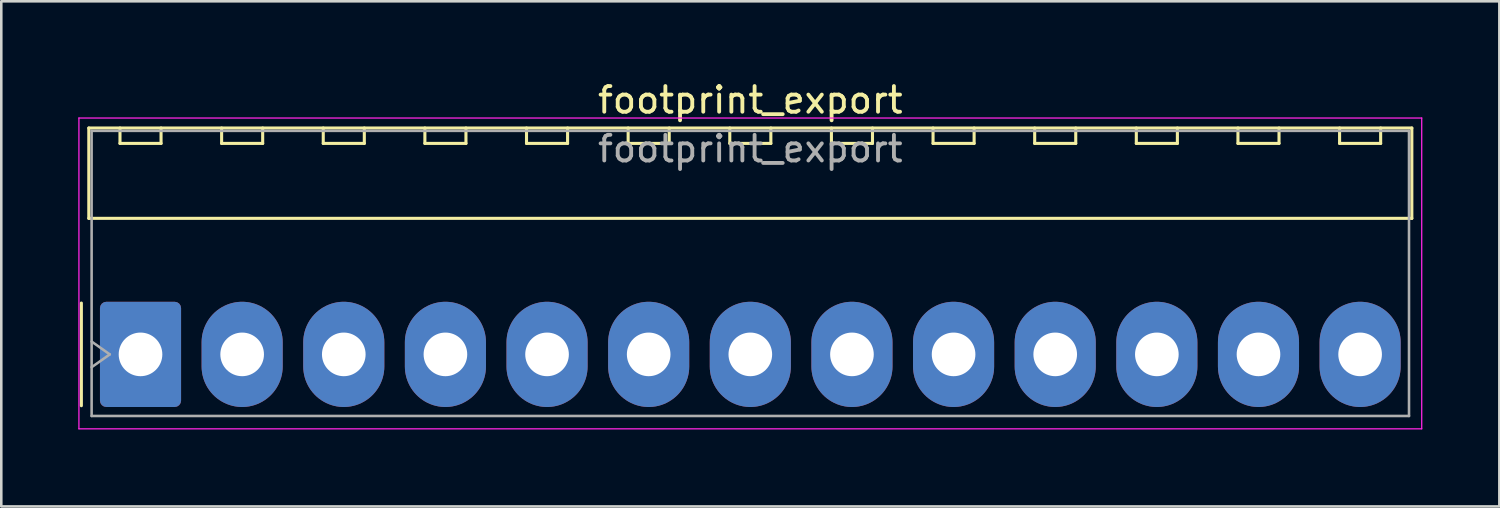
<source format=kicad_pcb>
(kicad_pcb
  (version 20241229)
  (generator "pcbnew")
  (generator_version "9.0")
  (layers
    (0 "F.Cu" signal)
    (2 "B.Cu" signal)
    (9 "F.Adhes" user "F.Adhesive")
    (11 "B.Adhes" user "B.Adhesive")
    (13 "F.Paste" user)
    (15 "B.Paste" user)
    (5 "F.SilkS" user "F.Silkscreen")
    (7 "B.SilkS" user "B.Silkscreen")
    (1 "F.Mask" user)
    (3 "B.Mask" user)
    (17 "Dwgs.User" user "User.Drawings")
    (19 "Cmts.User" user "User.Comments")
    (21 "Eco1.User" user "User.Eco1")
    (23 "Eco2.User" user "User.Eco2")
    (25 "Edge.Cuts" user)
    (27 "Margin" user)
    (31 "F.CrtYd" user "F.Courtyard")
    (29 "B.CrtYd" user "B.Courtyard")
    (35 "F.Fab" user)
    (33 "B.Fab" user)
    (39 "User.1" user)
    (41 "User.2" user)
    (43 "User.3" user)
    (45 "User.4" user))
  (footprint "footprint_export"
    (layer "F.Cu")
    (at 2.425 10.758)
    (property "Reference" "footprint_export" (at 23.76 -9.91 0) (layer "F.SilkS") (effects (font (size 1 1) (thickness 0.15))))
    (attr through_hole)
    (fp_line (start -2.305 -2) (end -2.305 2) (stroke (width 0.12) (type solid)) (layer "F.SilkS"))
    (fp_line (start -2.015 -8.82) (end 49.535 -8.82) (stroke (width 0.12) (type solid)) (layer "F.SilkS"))
    (fp_line (start -2.015 -5.3) (end -2.015 -8.82) (stroke (width 0.12) (type solid)) (layer "F.SilkS"))
    (fp_line (start -0.8 -8.82) (end -0.8 -8.22) (stroke (width 0.12) (type solid)) (layer "F.SilkS"))
    (fp_line (start -0.8 -8.22) (end 0.8 -8.22) (stroke (width 0.12) (type solid)) (layer "F.SilkS"))
    (fp_line (start 0.8 -8.22) (end 0.8 -8.82) (stroke (width 0.12) (type solid)) (layer "F.SilkS"))
    (fp_line (start 3.16 -8.82) (end 3.16 -8.22) (stroke (width 0.12) (type solid)) (layer "F.SilkS"))
    (fp_line (start 3.16 -8.22) (end 4.76 -8.22) (stroke (width 0.12) (type solid)) (layer "F.SilkS"))
    (fp_line (start 4.76 -8.22) (end 4.76 -8.82) (stroke (width 0.12) (type solid)) (layer "F.SilkS"))
    (fp_line (start 7.12 -8.82) (end 7.12 -8.22) (stroke (width 0.12) (type solid)) (layer "F.SilkS"))
    (fp_line (start 7.12 -8.22) (end 8.72 -8.22) (stroke (width 0.12) (type solid)) (layer "F.SilkS"))
    (fp_line (start 8.72 -8.22) (end 8.72 -8.82) (stroke (width 0.12) (type solid)) (layer "F.SilkS"))
    (fp_line (start 11.08 -8.82) (end 11.08 -8.22) (stroke (width 0.12) (type solid)) (layer "F.SilkS"))
    (fp_line (start 11.08 -8.22) (end 12.68 -8.22) (stroke (width 0.12) (type solid)) (layer "F.SilkS"))
    (fp_line (start 12.68 -8.22) (end 12.68 -8.82) (stroke (width 0.12) (type solid)) (layer "F.SilkS"))
    (fp_line (start 15.04 -8.82) (end 15.04 -8.22) (stroke (width 0.12) (type solid)) (layer "F.SilkS"))
    (fp_line (start 15.04 -8.22) (end 16.64 -8.22) (stroke (width 0.12) (type solid)) (layer "F.SilkS"))
    (fp_line (start 16.64 -8.22) (end 16.64 -8.82) (stroke (width 0.12) (type solid)) (layer "F.SilkS"))
    (fp_line (start 19 -8.82) (end 19 -8.22) (stroke (width 0.12) (type solid)) (layer "F.SilkS"))
    (fp_line (start 19 -8.22) (end 20.6 -8.22) (stroke (width 0.12) (type solid)) (layer "F.SilkS"))
    (fp_line (start 20.6 -8.22) (end 20.6 -8.82) (stroke (width 0.12) (type solid)) (layer "F.SilkS"))
    (fp_line (start 22.96 -8.82) (end 22.96 -8.22) (stroke (width 0.12) (type solid)) (layer "F.SilkS"))
    (fp_line (start 22.96 -8.22) (end 24.56 -8.22) (stroke (width 0.12) (type solid)) (layer "F.SilkS"))
    (fp_line (start 24.56 -8.22) (end 24.56 -8.82) (stroke (width 0.12) (type solid)) (layer "F.SilkS"))
    (fp_line (start 26.92 -8.82) (end 26.92 -8.22) (stroke (width 0.12) (type solid)) (layer "F.SilkS"))
    (fp_line (start 26.92 -8.22) (end 28.52 -8.22) (stroke (width 0.12) (type solid)) (layer "F.SilkS"))
    (fp_line (start 28.52 -8.22) (end 28.52 -8.82) (stroke (width 0.12) (type solid)) (layer "F.SilkS"))
    (fp_line (start 30.88 -8.82) (end 30.88 -8.22) (stroke (width 0.12) (type solid)) (layer "F.SilkS"))
    (fp_line (start 30.88 -8.22) (end 32.48 -8.22) (stroke (width 0.12) (type solid)) (layer "F.SilkS"))
    (fp_line (start 32.48 -8.22) (end 32.48 -8.82) (stroke (width 0.12) (type solid)) (layer "F.SilkS"))
    (fp_line (start 34.84 -8.82) (end 34.84 -8.22) (stroke (width 0.12) (type solid)) (layer "F.SilkS"))
    (fp_line (start 34.84 -8.22) (end 36.44 -8.22) (stroke (width 0.12) (type solid)) (layer "F.SilkS"))
    (fp_line (start 36.44 -8.22) (end 36.44 -8.82) (stroke (width 0.12) (type solid)) (layer "F.SilkS"))
    (fp_line (start 38.8 -8.82) (end 38.8 -8.22) (stroke (width 0.12) (type solid)) (layer "F.SilkS"))
    (fp_line (start 38.8 -8.22) (end 40.4 -8.22) (stroke (width 0.12) (type solid)) (layer "F.SilkS"))
    (fp_line (start 40.4 -8.22) (end 40.4 -8.82) (stroke (width 0.12) (type solid)) (layer "F.SilkS"))
    (fp_line (start 42.76 -8.82) (end 42.76 -8.22) (stroke (width 0.12) (type solid)) (layer "F.SilkS"))
    (fp_line (start 42.76 -8.22) (end 44.36 -8.22) (stroke (width 0.12) (type solid)) (layer "F.SilkS"))
    (fp_line (start 44.36 -8.22) (end 44.36 -8.82) (stroke (width 0.12) (type solid)) (layer "F.SilkS"))
    (fp_line (start 46.72 -8.82) (end 46.72 -8.22) (stroke (width 0.12) (type solid)) (layer "F.SilkS"))
    (fp_line (start 46.72 -8.22) (end 48.32 -8.22) (stroke (width 0.12) (type solid)) (layer "F.SilkS"))
    (fp_line (start 48.32 -8.22) (end 48.32 -8.82) (stroke (width 0.12) (type solid)) (layer "F.SilkS"))
    (fp_line (start 49.535 -8.82) (end 49.535 -5.3) (stroke (width 0.12) (type solid)) (layer "F.SilkS"))
    (fp_line (start 49.535 -5.3) (end -2.015 -5.3) (stroke (width 0.12) (type solid)) (layer "F.SilkS"))
    (fp_line (start -2.4 -9.21) (end -2.4 2.9) (stroke (width 0.05) (type solid)) (layer "F.CrtYd"))
    (fp_line (start -2.4 2.9) (end 49.92 2.9) (stroke (width 0.05) (type solid)) (layer "F.CrtYd"))
    (fp_line (start 49.92 -9.21) (end -2.4 -9.21) (stroke (width 0.05) (type solid)) (layer "F.CrtYd"))
    (fp_line (start 49.92 2.9) (end 49.92 -9.21) (stroke (width 0.05) (type solid)) (layer "F.CrtYd"))
    (fp_line (start -1.905 -8.71) (end 49.425 -8.71) (stroke (width 0.1) (type solid)) (layer "F.Fab"))
    (fp_line (start -1.905 -0.5) (end -1.198 0) (stroke (width 0.1) (type solid)) (layer "F.Fab"))
    (fp_line (start -1.905 2.4) (end -1.905 -8.71) (stroke (width 0.1) (type solid)) (layer "F.Fab"))
    (fp_line (start -1.198 0) (end -1.905 0.5) (stroke (width 0.1) (type solid)) (layer "F.Fab"))
    (fp_line (start 49.425 -8.71) (end 49.425 2.4) (stroke (width 0.1) (type solid)) (layer "F.Fab"))
    (fp_line (start 49.425 2.4) (end -1.905 2.4) (stroke (width 0.1) (type solid)) (layer "F.Fab"))
    (fp_text user "${REFERENCE}" (at 23.76 -8.01 0) (layer "F.Fab") (effects (font (size 1 1) (thickness 0.15))))
    (pad "1" thru_hole roundrect (at 0 0) (size 3.16 4.1) (drill 1.7) (layers "*.Cu" "*.Mask") (roundrect_rratio 0.079))
    (pad "2" thru_hole oval (at 3.96 0) (size 3.16 4.1) (drill 1.7) (layers "*.Cu" "*.Mask"))
    (pad "3" thru_hole oval (at 7.92 0) (size 3.16 4.1) (drill 1.7) (layers "*.Cu" "*.Mask"))
    (pad "4" thru_hole oval (at 11.88 0) (size 3.16 4.1) (drill 1.7) (layers "*.Cu" "*.Mask"))
    (pad "5" thru_hole oval (at 15.84 0) (size 3.16 4.1) (drill 1.7) (layers "*.Cu" "*.Mask"))
    (pad "6" thru_hole oval (at 19.8 0) (size 3.16 4.1) (drill 1.7) (layers "*.Cu" "*.Mask"))
    (pad "7" thru_hole oval (at 23.76 0) (size 3.16 4.1) (drill 1.7) (layers "*.Cu" "*.Mask"))
    (pad "8" thru_hole oval (at 27.72 0) (size 3.16 4.1) (drill 1.7) (layers "*.Cu" "*.Mask"))
    (pad "9" thru_hole oval (at 31.68 0) (size 3.16 4.1) (drill 1.7) (layers "*.Cu" "*.Mask"))
    (pad "10" thru_hole oval (at 35.64 0) (size 3.16 4.1) (drill 1.7) (layers "*.Cu" "*.Mask"))
    (pad "11" thru_hole oval (at 39.6 0) (size 3.16 4.1) (drill 1.7) (layers "*.Cu" "*.Mask"))
    (pad "12" thru_hole oval (at 43.56 0) (size 3.16 4.1) (drill 1.7) (layers "*.Cu" "*.Mask"))
    (pad "13" thru_hole oval (at 47.52 0) (size 3.16 4.1) (drill 1.7) (layers "*.Cu" "*.Mask")))
  (gr_rect
    (start -3 -3)
    (end 55.37 16.683)
    (stroke (width 0.1) (type default))
    (fill no)
    (layer "Edge.Cuts")))
</source>
